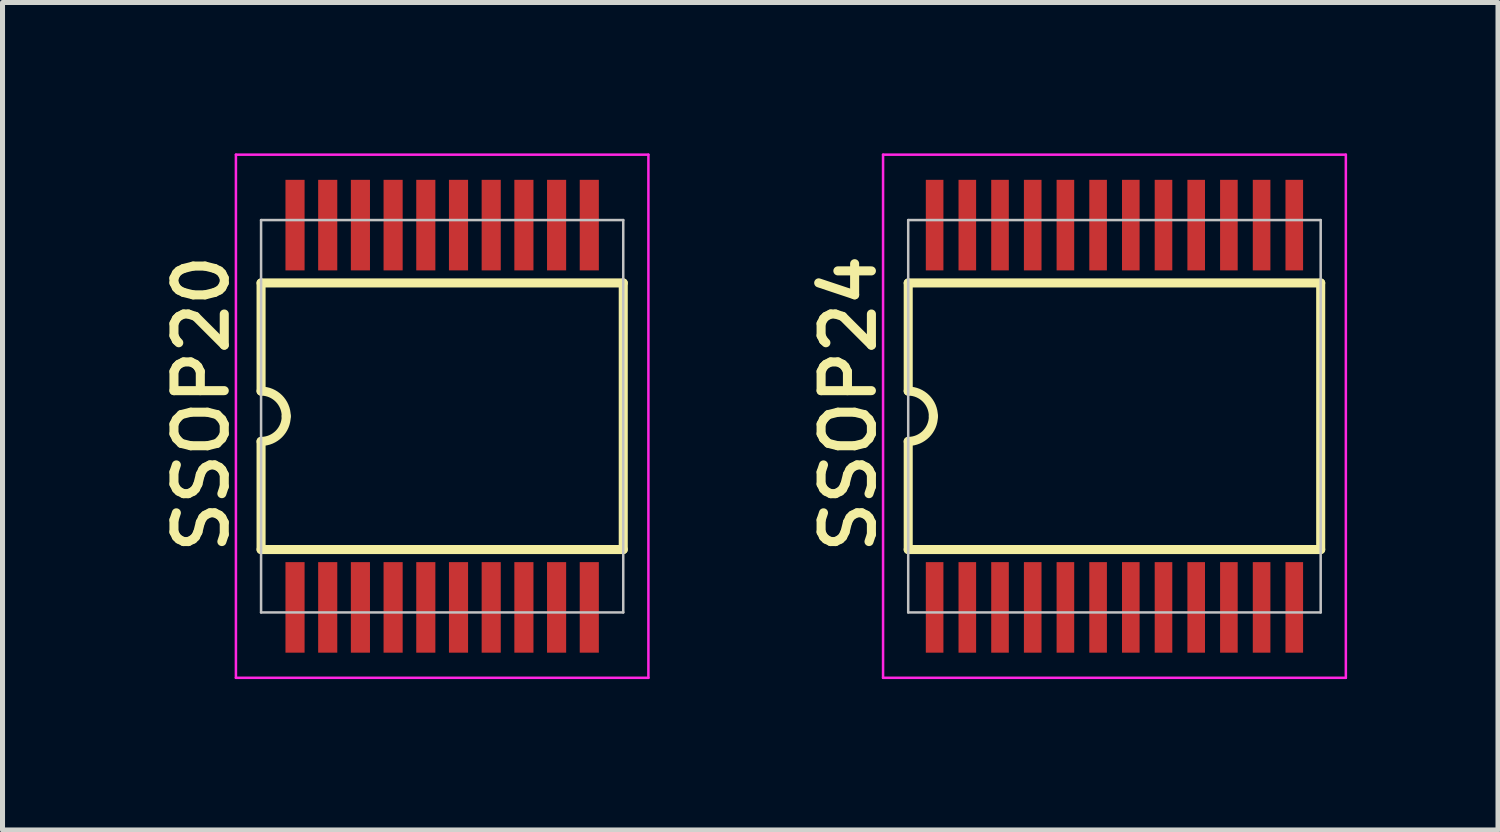
<source format=kicad_pcb>
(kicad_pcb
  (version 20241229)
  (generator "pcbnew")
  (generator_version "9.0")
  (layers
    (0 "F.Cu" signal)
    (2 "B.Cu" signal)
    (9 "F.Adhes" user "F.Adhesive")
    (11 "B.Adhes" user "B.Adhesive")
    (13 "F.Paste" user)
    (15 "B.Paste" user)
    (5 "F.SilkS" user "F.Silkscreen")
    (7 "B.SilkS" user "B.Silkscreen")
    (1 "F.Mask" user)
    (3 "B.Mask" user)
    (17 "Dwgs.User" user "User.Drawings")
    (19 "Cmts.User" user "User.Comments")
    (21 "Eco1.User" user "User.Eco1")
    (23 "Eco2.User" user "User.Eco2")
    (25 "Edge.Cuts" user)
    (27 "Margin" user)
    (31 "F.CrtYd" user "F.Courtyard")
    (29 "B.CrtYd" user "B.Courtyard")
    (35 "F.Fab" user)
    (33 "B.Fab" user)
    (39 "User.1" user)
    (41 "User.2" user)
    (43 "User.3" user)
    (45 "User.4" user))
  (footprint "SSOP24"
    (layer "F.Cu")
    (at 19.105 5.225)
    (property "Reference" "SSOP24" (at -4.7 2.8 90) (layer "F.SilkS") (effects (font (size 1 1) (thickness 0.18)) (justify left bottom)))
    (attr through_hole)
    (fp_line (start -4.1 -2.65) (end 4.1 -2.65) (stroke (width 0.18) (type solid)) (layer "F.SilkS"))
    (fp_line (start -4.1 -0.5) (end -4.1 -2.65) (stroke (width 0.18) (type solid)) (layer "F.SilkS"))
    (fp_line (start -4.1 0.5) (end -4.1 2.65) (stroke (width 0.18) (type solid)) (layer "F.SilkS"))
    (fp_line (start 4.1 -2.65) (end 4.1 2.65) (stroke (width 0.18) (type solid)) (layer "F.SilkS"))
    (fp_line (start 4.1 2.65) (end -4.1 2.65) (stroke (width 0.18) (type solid)) (layer "F.SilkS"))
    (fp_arc (start -4.1 -0.5) (mid -3.746447 -0.353553) (end -3.6 0) (stroke (width 0.18) (type solid)) (layer "F.SilkS"))
    (fp_arc (start -3.6 0) (mid -3.746447 0.353553) (end -4.1 0.5) (stroke (width 0.18) (type solid)) (layer "F.SilkS"))
    (fp_line (start -4.1 -3.9) (end 4.1 -3.9) (stroke (width 0.05) (type solid)) (layer "Dwgs.User"))
    (fp_line (start -4.1 3.9) (end -4.1 -3.9) (stroke (width 0.05) (type solid)) (layer "Dwgs.User"))
    (fp_line (start 4.1 -3.9) (end 4.1 3.9) (stroke (width 0.05) (type solid)) (layer "Dwgs.User"))
    (fp_line (start 4.1 3.9) (end -4.1 3.9) (stroke (width 0.05) (type solid)) (layer "Dwgs.User"))
    (fp_line (start -4.6 -5.2) (end 4.6 -5.2) (stroke (width 0.05) (type solid)) (layer "F.CrtYd"))
    (fp_line (start -4.6 5.2) (end -4.6 -5.2) (stroke (width 0.05) (type solid)) (layer "F.CrtYd"))
    (fp_line (start 4.6 -5.2) (end 4.6 5.2) (stroke (width 0.05) (type solid)) (layer "F.CrtYd"))
    (fp_line (start 4.6 5.2) (end -4.6 5.2) (stroke (width 0.05) (type solid)) (layer "F.CrtYd"))
    (pad "1" smd rect (at -3.575 3.8) (size 0.35 1.8) (layers "F.Cu" "F.Mask" "F.Paste"))
    (pad "2" smd rect (at -2.925 3.8) (size 0.35 1.8) (layers "F.Cu" "F.Mask" "F.Paste"))
    (pad "3" smd rect (at -2.275 3.8) (size 0.35 1.8) (layers "F.Cu" "F.Mask" "F.Paste"))
    (pad "4" smd rect (at -1.625 3.8) (size 0.35 1.8) (layers "F.Cu" "F.Mask" "F.Paste"))
    (pad "5" smd rect (at -0.975 3.8) (size 0.35 1.8) (layers "F.Cu" "F.Mask" "F.Paste"))
    (pad "6" smd rect (at -0.325 3.8) (size 0.35 1.8) (layers "F.Cu" "F.Mask" "F.Paste"))
    (pad "7" smd rect (at 0.325 3.8) (size 0.35 1.8) (layers "F.Cu" "F.Mask" "F.Paste"))
    (pad "8" smd rect (at 0.975 3.8) (size 0.35 1.8) (layers "F.Cu" "F.Mask" "F.Paste"))
    (pad "9" smd rect (at 1.625 3.8) (size 0.35 1.8) (layers "F.Cu" "F.Mask" "F.Paste"))
    (pad "10" smd rect (at 2.275 3.8) (size 0.35 1.8) (layers "F.Cu" "F.Mask" "F.Paste"))
    (pad "11" smd rect (at 2.925 3.8) (size 0.35 1.8) (layers "F.Cu" "F.Mask" "F.Paste"))
    (pad "12" smd rect (at 3.575 3.8) (size 0.35 1.8) (layers "F.Cu" "F.Mask" "F.Paste"))
    (pad "13" smd rect (at 3.575 -3.8) (size 0.35 1.8) (layers "F.Cu" "F.Mask" "F.Paste"))
    (pad "14" smd rect (at 2.925 -3.8) (size 0.35 1.8) (layers "F.Cu" "F.Mask" "F.Paste"))
    (pad "15" smd rect (at 2.275 -3.8) (size 0.35 1.8) (layers "F.Cu" "F.Mask" "F.Paste"))
    (pad "16" smd rect (at 1.625 -3.8) (size 0.35 1.8) (layers "F.Cu" "F.Mask" "F.Paste"))
    (pad "17" smd rect (at 0.975 -3.8) (size 0.35 1.8) (layers "F.Cu" "F.Mask" "F.Paste"))
    (pad "18" smd rect (at 0.325 -3.8) (size 0.35 1.8) (layers "F.Cu" "F.Mask" "F.Paste"))
    (pad "19" smd rect (at -0.325 -3.8) (size 0.35 1.8) (layers "F.Cu" "F.Mask" "F.Paste"))
    (pad "20" smd rect (at -0.975 -3.8) (size 0.35 1.8) (layers "F.Cu" "F.Mask" "F.Paste"))
    (pad "21" smd rect (at -1.625 -3.8) (size 0.35 1.8) (layers "F.Cu" "F.Mask" "F.Paste"))
    (pad "22" smd rect (at -2.275 -3.8) (size 0.35 1.8) (layers "F.Cu" "F.Mask" "F.Paste"))
    (pad "23" smd rect (at -2.925 -3.8) (size 0.35 1.8) (layers "F.Cu" "F.Mask" "F.Paste"))
    (pad "24" smd rect (at -3.575 -3.8) (size 0.35 1.8) (layers "F.Cu" "F.Mask" "F.Paste")))
  (footprint "SSOP20"
    (layer "F.Cu")
    (at 5.74 5.225)
    (property "Reference" "SSOP20" (at -4.2 2.8 90) (layer "F.SilkS") (effects (font (size 1 1) (thickness 0.18)) (justify left bottom)))
    (attr through_hole)
    (fp_line (start -3.6 -2.65) (end 3.6 -2.65) (stroke (width 0.18) (type solid)) (layer "F.SilkS"))
    (fp_line (start -3.6 -0.5) (end -3.6 -2.65) (stroke (width 0.18) (type solid)) (layer "F.SilkS"))
    (fp_line (start -3.6 0.5) (end -3.6 2.65) (stroke (width 0.18) (type solid)) (layer "F.SilkS"))
    (fp_line (start 3.6 -2.65) (end 3.6 2.65) (stroke (width 0.18) (type solid)) (layer "F.SilkS"))
    (fp_line (start 3.6 2.65) (end -3.6 2.65) (stroke (width 0.18) (type solid)) (layer "F.SilkS"))
    (fp_arc (start -3.6 -0.5) (mid -3.246447 -0.353553) (end -3.1 0) (stroke (width 0.18) (type solid)) (layer "F.SilkS"))
    (fp_arc (start -3.1 0) (mid -3.246447 0.353553) (end -3.6 0.5) (stroke (width 0.18) (type solid)) (layer "F.SilkS"))
    (fp_line (start -3.6 -3.9) (end 3.6 -3.9) (stroke (width 0.05) (type solid)) (layer "Dwgs.User"))
    (fp_line (start -3.6 3.9) (end -3.6 -3.9) (stroke (width 0.05) (type solid)) (layer "Dwgs.User"))
    (fp_line (start 3.6 -3.9) (end 3.6 3.9) (stroke (width 0.05) (type solid)) (layer "Dwgs.User"))
    (fp_line (start 3.6 3.9) (end -3.6 3.9) (stroke (width 0.05) (type solid)) (layer "Dwgs.User"))
    (fp_line (start -4.1 -5.2) (end 4.1 -5.2) (stroke (width 0.05) (type solid)) (layer "F.CrtYd"))
    (fp_line (start -4.1 5.2) (end -4.1 -5.2) (stroke (width 0.05) (type solid)) (layer "F.CrtYd"))
    (fp_line (start 4.1 -5.2) (end 4.1 5.2) (stroke (width 0.05) (type solid)) (layer "F.CrtYd"))
    (fp_line (start 4.1 5.2) (end -4.1 5.2) (stroke (width 0.05) (type solid)) (layer "F.CrtYd"))
    (pad "1" smd rect (at -2.925 3.8) (size 0.38 1.8) (layers "F.Cu" "F.Mask" "F.Paste"))
    (pad "2" smd rect (at -2.275 3.8) (size 0.38 1.8) (layers "F.Cu" "F.Mask" "F.Paste"))
    (pad "3" smd rect (at -1.625 3.8) (size 0.38 1.8) (layers "F.Cu" "F.Mask" "F.Paste"))
    (pad "4" smd rect (at -0.975 3.8) (size 0.38 1.8) (layers "F.Cu" "F.Mask" "F.Paste"))
    (pad "5" smd rect (at -0.325 3.8) (size 0.38 1.8) (layers "F.Cu" "F.Mask" "F.Paste"))
    (pad "6" smd rect (at 0.325 3.8) (size 0.38 1.8) (layers "F.Cu" "F.Mask" "F.Paste"))
    (pad "7" smd rect (at 0.975 3.8) (size 0.38 1.8) (layers "F.Cu" "F.Mask" "F.Paste"))
    (pad "8" smd rect (at 1.625 3.8) (size 0.38 1.8) (layers "F.Cu" "F.Mask" "F.Paste"))
    (pad "9" smd rect (at 2.275 3.8) (size 0.38 1.8) (layers "F.Cu" "F.Mask" "F.Paste"))
    (pad "10" smd rect (at 2.925 3.8) (size 0.38 1.8) (layers "F.Cu" "F.Mask" "F.Paste"))
    (pad "11" smd rect (at 2.925 -3.8) (size 0.38 1.8) (layers "F.Cu" "F.Mask" "F.Paste"))
    (pad "12" smd rect (at 2.275 -3.8) (size 0.38 1.8) (layers "F.Cu" "F.Mask" "F.Paste"))
    (pad "13" smd rect (at 1.625 -3.8) (size 0.38 1.8) (layers "F.Cu" "F.Mask" "F.Paste"))
    (pad "14" smd rect (at 0.975 -3.8) (size 0.38 1.8) (layers "F.Cu" "F.Mask" "F.Paste"))
    (pad "15" smd rect (at 0.325 -3.8) (size 0.38 1.8) (layers "F.Cu" "F.Mask" "F.Paste"))
    (pad "16" smd rect (at -0.325 -3.8) (size 0.38 1.8) (layers "F.Cu" "F.Mask" "F.Paste"))
    (pad "17" smd rect (at -0.975 -3.8) (size 0.38 1.8) (layers "F.Cu" "F.Mask" "F.Paste"))
    (pad "18" smd rect (at -1.625 -3.8) (size 0.38 1.8) (layers "F.Cu" "F.Mask" "F.Paste"))
    (pad "19" smd rect (at -2.275 -3.8) (size 0.38 1.8) (layers "F.Cu" "F.Mask" "F.Paste"))
    (pad "20" smd rect (at -2.925 -3.8) (size 0.38 1.8) (layers "F.Cu" "F.Mask" "F.Paste")))
  (gr_rect
    (start -3 -3)
    (end 26.73 13.45)
    (stroke (width 0.1) (type default))
    (fill no)
    (layer "Edge.Cuts")))
</source>
